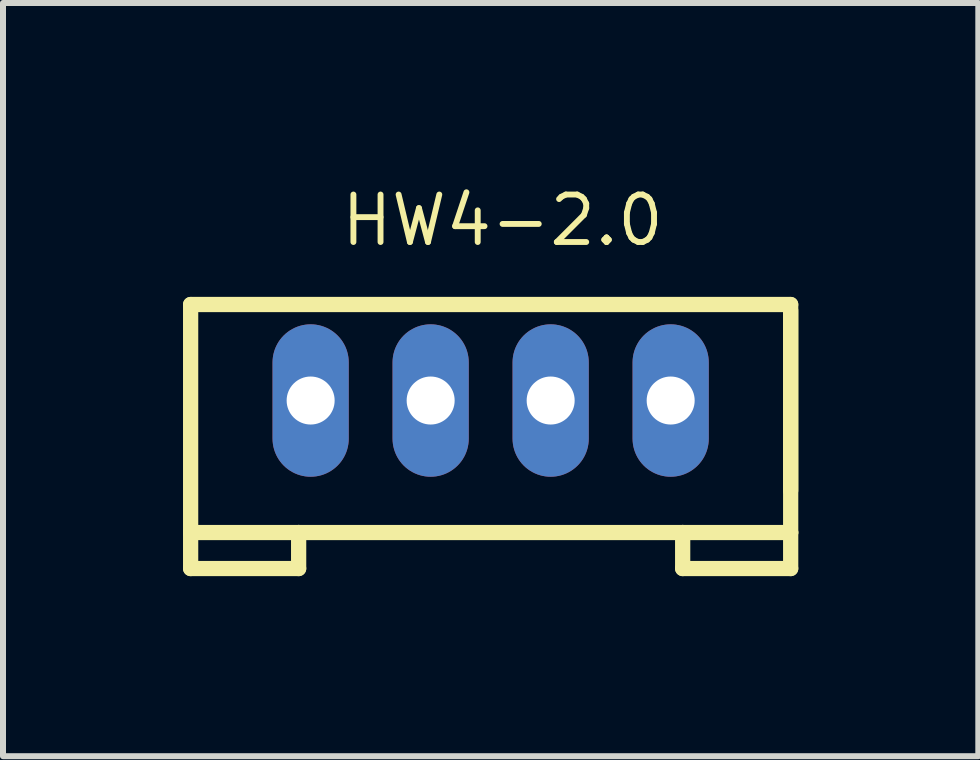
<source format=kicad_pcb>
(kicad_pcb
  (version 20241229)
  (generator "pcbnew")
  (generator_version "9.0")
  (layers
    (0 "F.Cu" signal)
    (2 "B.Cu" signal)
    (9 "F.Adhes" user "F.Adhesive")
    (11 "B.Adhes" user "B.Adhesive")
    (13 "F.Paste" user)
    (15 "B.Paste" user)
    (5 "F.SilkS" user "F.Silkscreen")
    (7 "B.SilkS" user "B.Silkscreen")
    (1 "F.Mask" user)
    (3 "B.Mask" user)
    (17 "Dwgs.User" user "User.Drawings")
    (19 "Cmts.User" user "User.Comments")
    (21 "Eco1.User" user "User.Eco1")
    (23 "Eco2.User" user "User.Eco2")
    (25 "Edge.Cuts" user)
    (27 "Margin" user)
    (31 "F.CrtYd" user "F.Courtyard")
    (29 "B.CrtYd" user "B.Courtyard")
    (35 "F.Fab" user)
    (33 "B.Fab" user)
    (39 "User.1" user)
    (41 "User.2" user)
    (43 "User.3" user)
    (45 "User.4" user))
  (footprint "HW4-2.0"
    (layer "F.Cu")
    (at 5.127 3.625)
    (property "Reference" "HW4-2.0" (at -2.54 -2.54 0) (layer "F.SilkS") (effects (font (size 0.791 0.791) (thickness 0.098)) (justify left bottom)))
    (fp_line (start -5 -1.6) (end -5 2.2) (stroke (width 0.254) (type solid)) (layer "F.SilkS"))
    (fp_line (start -5 -1.6) (end 5 -1.6) (stroke (width 0.254) (type solid)) (layer "F.SilkS"))
    (fp_line (start -5 -1) (end -5 1) (stroke (width 0.127) (type solid)) (layer "F.SilkS"))
    (fp_line (start -5 2.2) (end -5 2.8) (stroke (width 0.254) (type solid)) (layer "F.SilkS"))
    (fp_line (start -5 2.2) (end -3.2 2.2) (stroke (width 0.254) (type solid)) (layer "F.SilkS"))
    (fp_line (start -5 2.8) (end -3.2 2.8) (stroke (width 0.254) (type solid)) (layer "F.SilkS"))
    (fp_line (start -3.2 2.2) (end 3.2 2.2) (stroke (width 0.254) (type solid)) (layer "F.SilkS"))
    (fp_line (start -3.2 2.8) (end -3.2 2.2) (stroke (width 0.254) (type solid)) (layer "F.SilkS"))
    (fp_line (start 3.2 2.2) (end 3.2 2.8) (stroke (width 0.254) (type solid)) (layer "F.SilkS"))
    (fp_line (start 3.2 2.2) (end 5 2.2) (stroke (width 0.254) (type solid)) (layer "F.SilkS"))
    (fp_line (start 3.2 2.8) (end 5 2.8) (stroke (width 0.254) (type solid)) (layer "F.SilkS"))
    (fp_line (start 5 -1.5) (end 5 1.5) (stroke (width 0.254) (type solid)) (layer "F.SilkS"))
    (fp_line (start 5 2.2) (end 5 -1.6) (stroke (width 0.254) (type solid)) (layer "F.SilkS"))
    (fp_line (start 5 2.8) (end 5 2.2) (stroke (width 0.254) (type solid)) (layer "F.SilkS"))
    (pad "1" thru_hole oval (at -3 0 90) (size 2.54 1.27) (drill 0.8) (layers "*.Cu" "*.Mask"))
    (pad "2" thru_hole oval (at -1 0 90) (size 2.54 1.27) (drill 0.8) (layers "*.Cu" "*.Mask"))
    (pad "3" thru_hole oval (at 1 0 90) (size 2.54 1.27) (drill 0.8) (layers "*.Cu" "*.Mask"))
    (pad "4" thru_hole oval (at 3 0 90) (size 2.54 1.27) (drill 0.8) (layers "*.Cu" "*.Mask")))
  (gr_rect
    (start -3 -3)
    (end 13.254 9.552)
    (stroke (width 0.1) (type default))
    (fill no)
    (layer "Edge.Cuts")))
</source>
